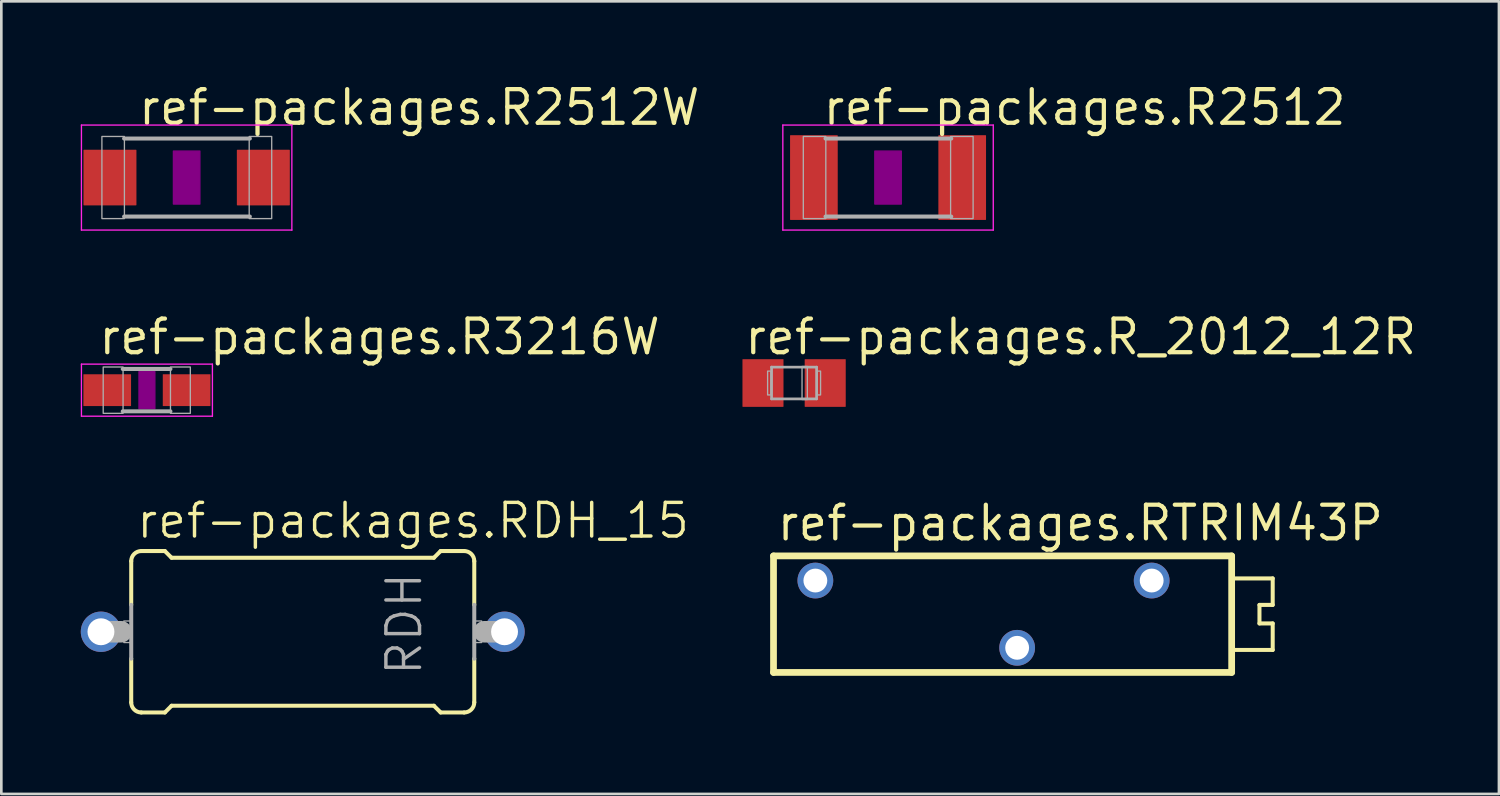
<source format=kicad_pcb>
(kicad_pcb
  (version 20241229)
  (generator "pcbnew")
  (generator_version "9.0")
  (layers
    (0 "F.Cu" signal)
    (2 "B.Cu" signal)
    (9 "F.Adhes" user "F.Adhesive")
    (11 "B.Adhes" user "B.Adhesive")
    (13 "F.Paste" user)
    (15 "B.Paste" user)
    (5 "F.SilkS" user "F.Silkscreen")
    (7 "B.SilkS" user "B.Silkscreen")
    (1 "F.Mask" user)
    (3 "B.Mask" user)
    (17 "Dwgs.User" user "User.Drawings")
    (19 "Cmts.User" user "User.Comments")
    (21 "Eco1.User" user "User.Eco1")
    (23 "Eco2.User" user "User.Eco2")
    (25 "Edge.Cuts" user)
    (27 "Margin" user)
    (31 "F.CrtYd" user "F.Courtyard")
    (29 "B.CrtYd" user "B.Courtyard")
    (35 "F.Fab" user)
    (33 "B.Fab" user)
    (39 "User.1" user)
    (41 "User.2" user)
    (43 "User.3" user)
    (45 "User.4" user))
  (footprint "ref-packages.R3216W"
    (layer "F.Cu")
    (at 2.498 11.683)
    (property "Reference" "ref-packages.R3216W" (at -1.905 -1.27 0) (layer "F.SilkS") (effects (font (size 1.27 1.27) (thickness 0.16)) (justify left bottom)))
    (attr smd)
    (fp_rect (start -0.3 0.7) (end 0.3 -0.7) (stroke (width 0.05) (type default)) (fill yes) (layer "F.Adhes"))
    (fp_line (start -2.473 -0.983) (end 2.473 -0.983) (stroke (width 0.051) (type default)) (layer "F.CrtYd"))
    (fp_line (start -2.473 0.983) (end -2.473 -0.983) (stroke (width 0.051) (type default)) (layer "F.CrtYd"))
    (fp_line (start 2.473 -0.983) (end 2.473 0.983) (stroke (width 0.051) (type default)) (layer "F.CrtYd"))
    (fp_line (start 2.473 0.983) (end -2.473 0.983) (stroke (width 0.051) (type default)) (layer "F.CrtYd"))
    (fp_line (start -0.913 -0.8) (end 0.888 -0.8) (stroke (width 0.152) (type default)) (layer "F.Fab"))
    (fp_line (start -0.913 0.8) (end 0.888 0.8) (stroke (width 0.152) (type default)) (layer "F.Fab"))
    (fp_rect (start -1.651 0.876) (end -0.901 -0.874) (stroke (width 0.05) (type default)) (fill no) (layer "F.Fab"))
    (fp_rect (start 0.889 0.876) (end 1.639 -0.874) (stroke (width 0.05) (type default)) (fill no) (layer "F.Fab"))
    (pad "1" smd roundrect (at -1.499 0) (size 1.8 1.2) (layers "F.Cu" "F.Mask" "F.Paste") (roundrect_rratio 0.01))
    (pad "2" smd roundrect (at 1.499 0) (size 1.8 1.2) (layers "F.Cu" "F.Mask" "F.Paste") (roundrect_rratio 0.01)))
  (footprint "ref-packages.RTRIM43P"
    (layer "F.Cu")
    (at 35.359 20.142)
    (property "Reference" "ref-packages.RTRIM43P" (at -9.15 -2.7 0) (layer "F.SilkS") (effects (font (size 1.27 1.27) (thickness 0.16)) (justify left bottom)))
    (attr through_hole)
    (fp_line (start -9.2 -2.2) (end -9.2 2.2) (stroke (width 0.254) (type default)) (layer "F.SilkS"))
    (fp_line (start -9.2 2.2) (end 8.1 2.2) (stroke (width 0.254) (type default)) (layer "F.SilkS"))
    (fp_line (start 8.1 -2.2) (end -9.2 -2.2) (stroke (width 0.254) (type default)) (layer "F.SilkS"))
    (fp_line (start 8.1 2.2) (end 8.1 -2.2) (stroke (width 0.254) (type default)) (layer "F.SilkS"))
    (fp_line (start 8.2 -1.35) (end 9.65 -1.35) (stroke (width 0.152) (type default)) (layer "F.SilkS"))
    (fp_line (start 9.15 -0.35) (end 9.15 0.35) (stroke (width 0.152) (type default)) (layer "F.SilkS"))
    (fp_line (start 9.15 0.35) (end 9.65 0.35) (stroke (width 0.152) (type default)) (layer "F.SilkS"))
    (fp_line (start 9.65 -1.35) (end 9.65 -0.35) (stroke (width 0.152) (type default)) (layer "F.SilkS"))
    (fp_line (start 9.65 -0.35) (end 9.15 -0.35) (stroke (width 0.152) (type default)) (layer "F.SilkS"))
    (fp_line (start 9.65 0.35) (end 9.65 1.35) (stroke (width 0.152) (type default)) (layer "F.SilkS"))
    (fp_line (start 9.65 1.35) (end 8.2 1.35) (stroke (width 0.152) (type default)) (layer "F.SilkS"))
    (pad "1" thru_hole circle (at -7.62 -1.27) (size 1.35 1.35) (drill 0.9) (layers "*.Cu" "*.Mask"))
    (pad "2" thru_hole circle (at 0 1.27) (size 1.35 1.35) (drill 0.9) (layers "*.Cu" "*.Mask"))
    (pad "3" thru_hole circle (at 5.08 -1.27) (size 1.35 1.35) (drill 0.9) (layers "*.Cu" "*.Mask")))
  (footprint "ref-packages.R2512"
    (layer "F.Cu")
    (at 30.484 3.655)
    (property "Reference" "ref-packages.R2512" (at -2.54 -1.905 0) (layer "F.SilkS") (effects (font (size 1.27 1.27) (thickness 0.16)) (justify left bottom)))
    (attr smd)
    (fp_rect (start -0.5 1) (end 0.5 -1) (stroke (width 0.05) (type default)) (fill yes) (layer "F.Adhes"))
    (fp_line (start -3.973 -1.983) (end 3.973 -1.983) (stroke (width 0.051) (type default)) (layer "F.CrtYd"))
    (fp_line (start -3.973 1.983) (end -3.973 -1.983) (stroke (width 0.051) (type default)) (layer "F.CrtYd"))
    (fp_line (start 3.973 -1.983) (end 3.973 1.983) (stroke (width 0.051) (type default)) (layer "F.CrtYd"))
    (fp_line (start 3.973 1.983) (end -3.973 1.983) (stroke (width 0.051) (type default)) (layer "F.CrtYd"))
    (fp_line (start -2.362 -1.473) (end 2.387 -1.473) (stroke (width 0.152) (type default)) (layer "F.Fab"))
    (fp_line (start -2.362 1.473) (end 2.387 1.473) (stroke (width 0.152) (type default)) (layer "F.Fab"))
    (fp_rect (start -3.2 1.549) (end -2.35 -1.551) (stroke (width 0.05) (type default)) (fill no) (layer "F.Fab"))
    (fp_rect (start 2.362 1.549) (end 3.212 -1.551) (stroke (width 0.05) (type default)) (fill no) (layer "F.Fab"))
    (pad "1" smd roundrect (at -2.8 0) (size 1.8 3.2) (layers "F.Cu" "F.Mask" "F.Paste") (roundrect_rratio 0.01))
    (pad "2" smd roundrect (at 2.8 0) (size 1.8 3.2) (layers "F.Cu" "F.Mask" "F.Paste") (roundrect_rratio 0.01)))
  (footprint "ref-packages.RDH_15"
    (layer "F.Cu")
    (at 8.382 20.806)
    (property "Reference" "ref-packages.RDH_15" (at -6.35 -3.454 0) (layer "F.SilkS") (effects (font (size 1.27 1.27) (thickness 0.13)) (justify left bottom)))
    (attr through_hole)
    (fp_line (start -6.477 -1.016) (end -6.477 -2.667) (stroke (width 0.152) (type default)) (layer "F.SilkS"))
    (fp_line (start -6.477 2.667) (end -6.477 1.016) (stroke (width 0.152) (type default)) (layer "F.SilkS"))
    (fp_line (start -6.096 -3.048) (end -5.207 -3.048) (stroke (width 0.152) (type default)) (layer "F.SilkS"))
    (fp_line (start -6.096 3.048) (end -5.207 3.048) (stroke (width 0.152) (type default)) (layer "F.SilkS"))
    (fp_line (start -4.953 -2.794) (end -5.207 -3.048) (stroke (width 0.152) (type default)) (layer "F.SilkS"))
    (fp_line (start -4.953 2.794) (end -5.207 3.048) (stroke (width 0.152) (type default)) (layer "F.SilkS"))
    (fp_line (start 4.953 -2.794) (end -4.953 -2.794) (stroke (width 0.152) (type default)) (layer "F.SilkS"))
    (fp_line (start 4.953 -2.794) (end 5.207 -3.048) (stroke (width 0.152) (type default)) (layer "F.SilkS"))
    (fp_line (start 4.953 2.794) (end -4.953 2.794) (stroke (width 0.152) (type default)) (layer "F.SilkS"))
    (fp_line (start 4.953 2.794) (end 5.207 3.048) (stroke (width 0.152) (type default)) (layer "F.SilkS"))
    (fp_line (start 6.096 -3.048) (end 5.207 -3.048) (stroke (width 0.152) (type default)) (layer "F.SilkS"))
    (fp_line (start 6.096 3.048) (end 5.207 3.048) (stroke (width 0.152) (type default)) (layer "F.SilkS"))
    (fp_line (start 6.477 -1.016) (end 6.477 -2.667) (stroke (width 0.152) (type default)) (layer "F.SilkS"))
    (fp_line (start 6.477 2.667) (end 6.477 1.016) (stroke (width 0.152) (type default)) (layer "F.SilkS"))
    (fp_arc (start -6.477 -2.667) (mid -6.365408 -2.936408) (end -6.096 -3.048) (stroke (width 0.1524) (type default)) (layer "F.SilkS"))
    (fp_arc (start -6.096 3.048) (mid -6.365408 2.936408) (end -6.477 2.667) (stroke (width 0.1524) (type default)) (layer "F.SilkS"))
    (fp_arc (start 6.096 -3.048) (mid 6.365408 -2.936408) (end 6.477 -2.667) (stroke (width 0.1524) (type default)) (layer "F.SilkS"))
    (fp_arc (start 6.477 2.667) (mid 6.365408 2.936408) (end 6.096 3.048) (stroke (width 0.1524) (type default)) (layer "F.SilkS"))
    (fp_line (start -7.62 0) (end -6.858 0) (stroke (width 0.813) (type default)) (layer "F.Fab"))
    (fp_line (start -6.477 -1.016) (end -6.477 1.016) (stroke (width 0.152) (type default)) (layer "F.Fab"))
    (fp_line (start 6.477 -1.016) (end 6.477 1.016) (stroke (width 0.152) (type default)) (layer "F.Fab"))
    (fp_line (start 6.858 0) (end 7.62 0) (stroke (width 0.813) (type default)) (layer "F.Fab"))
    (fp_rect (start -6.756 0.406) (end -6.452 -0.406) (stroke (width 0.05) (type default)) (fill no) (layer "F.Fab"))
    (fp_rect (start 6.452 0.406) (end 6.756 -0.406) (stroke (width 0.05) (type default)) (fill no) (layer "F.Fab"))
    (fp_text user "RDH" (at 4.572 1.727 90) (layer "F.Fab") (effects (font (size 1.27 1.27) (thickness 0.13)) (justify left bottom)))
    (pad "1" thru_hole circle (at -7.62 0) (size 1.524 1.524) (drill 1.016) (layers "*.Cu" "*.Mask"))
    (pad "2" thru_hole circle (at 7.62 0) (size 1.524 1.524) (drill 1.016) (layers "*.Cu" "*.Mask")))
  (footprint "ref-packages.R2512W"
    (layer "F.Cu")
    (at 3.998 3.655)
    (property "Reference" "ref-packages.R2512W" (at -1.905 -1.905 0) (layer "F.SilkS") (effects (font (size 1.27 1.27) (thickness 0.16)) (justify left bottom)))
    (attr smd)
    (fp_rect (start -0.5 1) (end 0.5 -1) (stroke (width 0.05) (type default)) (fill yes) (layer "F.Adhes"))
    (fp_line (start -3.973 -1.983) (end 3.973 -1.983) (stroke (width 0.051) (type default)) (layer "F.CrtYd"))
    (fp_line (start -3.973 1.983) (end -3.973 -1.983) (stroke (width 0.051) (type default)) (layer "F.CrtYd"))
    (fp_line (start 3.973 -1.983) (end 3.973 1.983) (stroke (width 0.051) (type default)) (layer "F.CrtYd"))
    (fp_line (start 3.973 1.983) (end -3.973 1.983) (stroke (width 0.051) (type default)) (layer "F.CrtYd"))
    (fp_line (start -2.362 -1.473) (end 2.387 -1.473) (stroke (width 0.152) (type default)) (layer "F.Fab"))
    (fp_line (start -2.362 1.473) (end 2.387 1.473) (stroke (width 0.152) (type default)) (layer "F.Fab"))
    (fp_rect (start -3.2 1.549) (end -2.35 -1.551) (stroke (width 0.05) (type default)) (fill no) (layer "F.Fab"))
    (fp_rect (start 2.362 1.549) (end 3.212 -1.551) (stroke (width 0.05) (type default)) (fill no) (layer "F.Fab"))
    (pad "1" smd roundrect (at -2.896 0) (size 2 2.1) (layers "F.Cu" "F.Mask" "F.Paste") (roundrect_rratio 0.01))
    (pad "2" smd roundrect (at 2.896 0) (size 2 2.1) (layers "F.Cu" "F.Mask" "F.Paste") (roundrect_rratio 0.01)))
  (footprint "ref-packages.R_2012_12R"
    (layer "F.Cu")
    (at 26.936 11.413)
    (property "Reference" "ref-packages.R_2012_12R" (at -1.95 -1 0) (layer "F.SilkS") (effects (font (size 1.27 1.27) (thickness 0.16)) (justify left bottom)))
    (attr smd)
    (fp_line (start -0.85 -0.6) (end 0.85 -0.6) (stroke (width 0.102) (type default)) (layer "F.Fab"))
    (fp_line (start -0.85 0.6) (end -0.85 -0.6) (stroke (width 0.102) (type default)) (layer "F.Fab"))
    (fp_line (start 0.85 -0.6) (end 0.85 0.6) (stroke (width 0.102) (type default)) (layer "F.Fab"))
    (fp_line (start 0.85 0.6) (end -0.85 0.6) (stroke (width 0.102) (type default)) (layer "F.Fab"))
    (fp_rect (start -1 0.45) (end -0.875 -0.45) (stroke (width 0.05) (type default)) (fill no) (layer "F.Fab"))
    (fp_rect (start 0.3 0.625) (end 0.5 -0.625) (stroke (width 0.05) (type default)) (fill no) (layer "F.Fab"))
    (fp_rect (start 0.875 0.45) (end 1 -0.45) (stroke (width 0.05) (type default)) (fill no) (layer "F.Fab"))
    (pad "+" smd roundrect (at 1.175 0) (size 1.55 1.8) (layers "F.Cu" "F.Mask" "F.Paste") (roundrect_rratio 0.01))
    (pad "-" smd roundrect (at -1.175 0) (size 1.55 1.8) (layers "F.Cu" "F.Mask" "F.Paste") (roundrect_rratio 0.01)))
  (gr_rect
    (start -3 -3)
    (end 53.552 26.93)
    (stroke (width 0.1) (type default))
    (fill no)
    (layer "Edge.Cuts")))
</source>
